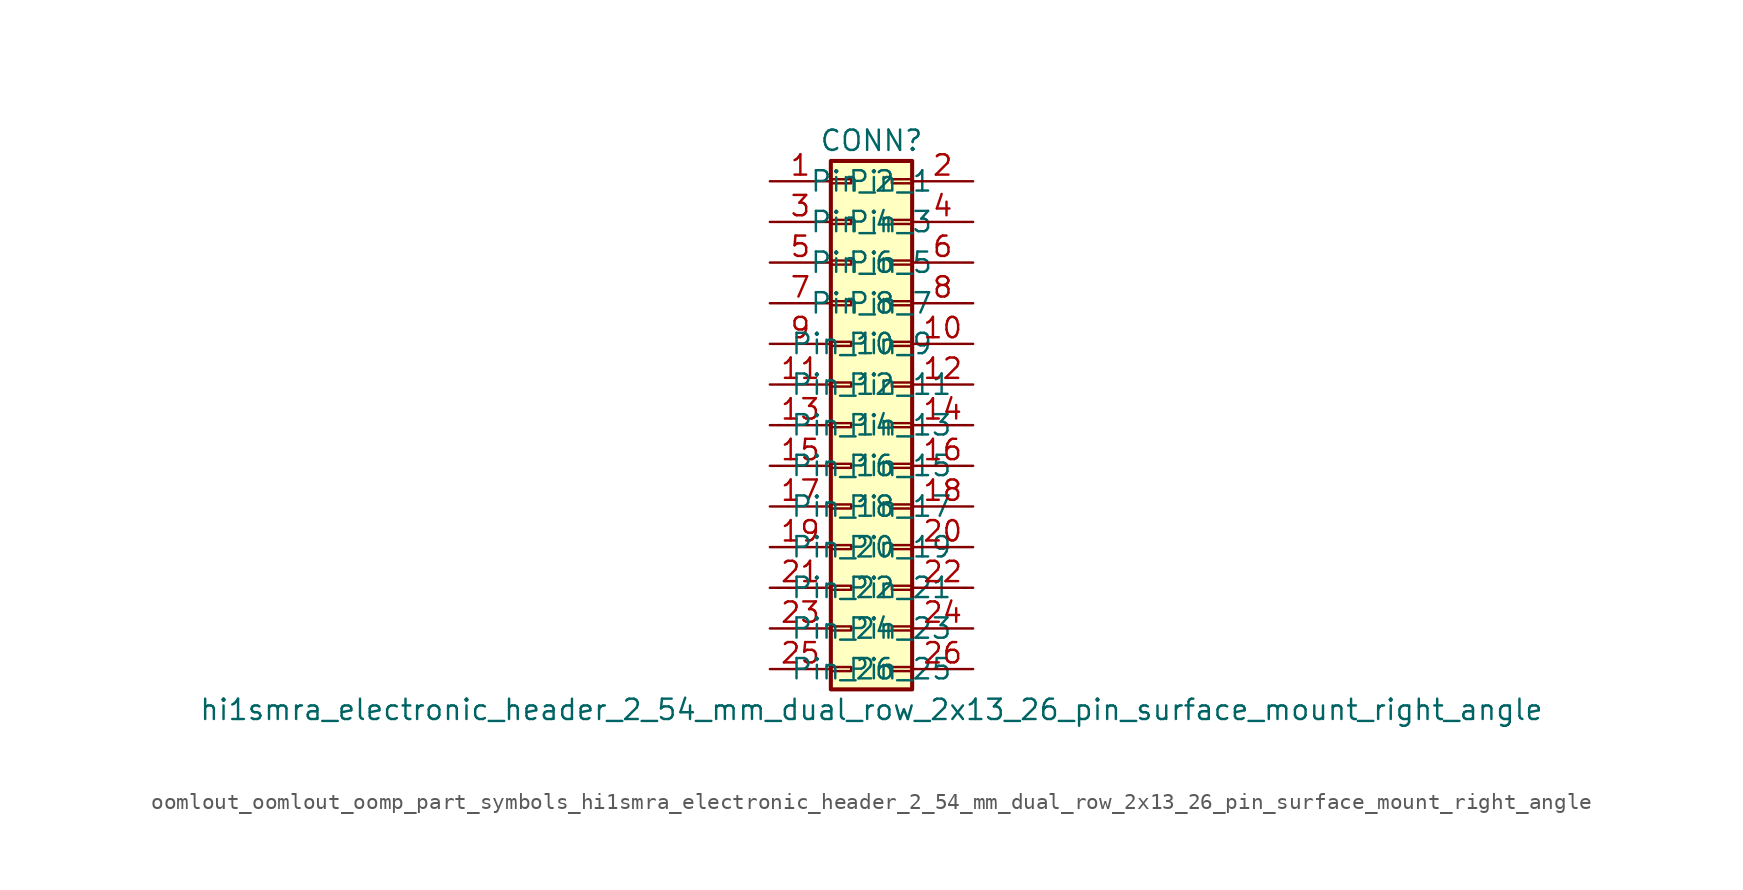
<source format=kicad_sym>
(kicad_symbol_lib
  (version 20220914)
  (generator kicad_symbol_editor)
  (symbol "oomlout_oomlout_oomp_part_symbols_hi1smra_electronic_header_2_54_mm_dual_row_2x13_26_pin_surface_mount_right_angle"
    (pin_names
      (offset 1.016))
    (property "Reference" "CONN"
      (at 1.27 17.78 0)
      (effects (font (size 1.27 1.27))))
    (property "Value" "hi1smra_electronic_header_2_54_mm_dual_row_2x13_26_pin_surface_mount_right_angle"
      (at 1.27 -17.78 0)
      (effects (font (size 1.27 1.27))))
    (symbol "oomlout_oomlout_oomp_part_symbols_hi1smra_electronic_header_2_54_mm_dual_row_2x13_26_pin_surface_mount_right_angle_1_1"
      (rectangle (start -1.27 -15.113) (end 0 -15.367) (stroke (width 0.152) (type default)) (fill (type none)))
      (rectangle (start -1.27 -12.573) (end 0 -12.827) (stroke (width 0.152) (type default)) (fill (type none)))
      (rectangle (start -1.27 -10.033) (end 0 -10.287) (stroke (width 0.152) (type default)) (fill (type none)))
      (rectangle (start -1.27 -7.493) (end 0 -7.747) (stroke (width 0.152) (type default)) (fill (type none)))
      (rectangle (start -1.27 -4.953) (end 0 -5.207) (stroke (width 0.152) (type default)) (fill (type none)))
      (rectangle (start -1.27 -2.413) (end 0 -2.667) (stroke (width 0.152) (type default)) (fill (type none)))
      (rectangle (start -1.27 0.127) (end 0 -0.127) (stroke (width 0.152) (type default)) (fill (type none)))
      (rectangle (start -1.27 2.667) (end 0 2.413) (stroke (width 0.152) (type default)) (fill (type none)))
      (rectangle (start -1.27 5.207) (end 0 4.953) (stroke (width 0.152) (type default)) (fill (type none)))
      (rectangle (start -1.27 7.747) (end 0 7.493) (stroke (width 0.152) (type default)) (fill (type none)))
      (rectangle (start -1.27 10.287) (end 0 10.033) (stroke (width 0.152) (type default)) (fill (type none)))
      (rectangle (start -1.27 12.827) (end 0 12.573) (stroke (width 0.152) (type default)) (fill (type none)))
      (rectangle (start -1.27 15.367) (end 0 15.113) (stroke (width 0.152) (type default)) (fill (type none)))
      (rectangle (start -1.27 16.51) (end 3.81 -16.51) (stroke (width 0.254) (type default)) (fill (type background)))
      (rectangle (start 3.81 -15.113) (end 2.54 -15.367) (stroke (width 0.152) (type default)) (fill (type none)))
      (rectangle (start 3.81 -12.573) (end 2.54 -12.827) (stroke (width 0.152) (type default)) (fill (type none)))
      (rectangle (start 3.81 -10.033) (end 2.54 -10.287) (stroke (width 0.152) (type default)) (fill (type none)))
      (rectangle (start 3.81 -7.493) (end 2.54 -7.747) (stroke (width 0.152) (type default)) (fill (type none)))
      (rectangle (start 3.81 -4.953) (end 2.54 -5.207) (stroke (width 0.152) (type default)) (fill (type none)))
      (rectangle (start 3.81 -2.413) (end 2.54 -2.667) (stroke (width 0.152) (type default)) (fill (type none)))
      (rectangle (start 3.81 0.127) (end 2.54 -0.127) (stroke (width 0.152) (type default)) (fill (type none)))
      (rectangle (start 3.81 2.667) (end 2.54 2.413) (stroke (width 0.152) (type default)) (fill (type none)))
      (rectangle (start 3.81 5.207) (end 2.54 4.953) (stroke (width 0.152) (type default)) (fill (type none)))
      (rectangle (start 3.81 7.747) (end 2.54 7.493) (stroke (width 0.152) (type default)) (fill (type none)))
      (rectangle (start 3.81 10.287) (end 2.54 10.033) (stroke (width 0.152) (type default)) (fill (type none)))
      (rectangle (start 3.81 12.827) (end 2.54 12.573) (stroke (width 0.152) (type default)) (fill (type none)))
      (rectangle (start 3.81 15.367) (end 2.54 15.113) (stroke (width 0.152) (type default)) (fill (type none)))
      (pin passive line (at -5.08 15.24 0) (length 3.81) (name "Pin_1" (effects (font (size 1.27 1.27)))) (number "1" (effects (font (size 1.27 1.27)))))
      (pin passive line (at 7.62 5.08 180) (length 3.81) (name "Pin_10" (effects (font (size 1.27 1.27)))) (number "10" (effects (font (size 1.27 1.27)))))
      (pin passive line (at -5.08 2.54 0) (length 3.81) (name "Pin_11" (effects (font (size 1.27 1.27)))) (number "11" (effects (font (size 1.27 1.27)))))
      (pin passive line (at 7.62 2.54 180) (length 3.81) (name "Pin_12" (effects (font (size 1.27 1.27)))) (number "12" (effects (font (size 1.27 1.27)))))
      (pin passive line (at -5.08 0 0) (length 3.81) (name "Pin_13" (effects (font (size 1.27 1.27)))) (number "13" (effects (font (size 1.27 1.27)))))
      (pin passive line (at 7.62 0 180) (length 3.81) (name "Pin_14" (effects (font (size 1.27 1.27)))) (number "14" (effects (font (size 1.27 1.27)))))
      (pin passive line (at -5.08 -2.54 0) (length 3.81) (name "Pin_15" (effects (font (size 1.27 1.27)))) (number "15" (effects (font (size 1.27 1.27)))))
      (pin passive line (at 7.62 -2.54 180) (length 3.81) (name "Pin_16" (effects (font (size 1.27 1.27)))) (number "16" (effects (font (size 1.27 1.27)))))
      (pin passive line (at -5.08 -5.08 0) (length 3.81) (name "Pin_17" (effects (font (size 1.27 1.27)))) (number "17" (effects (font (size 1.27 1.27)))))
      (pin passive line (at 7.62 -5.08 180) (length 3.81) (name "Pin_18" (effects (font (size 1.27 1.27)))) (number "18" (effects (font (size 1.27 1.27)))))
      (pin passive line (at -5.08 -7.62 0) (length 3.81) (name "Pin_19" (effects (font (size 1.27 1.27)))) (number "19" (effects (font (size 1.27 1.27)))))
      (pin passive line (at 7.62 15.24 180) (length 3.81) (name "Pin_2" (effects (font (size 1.27 1.27)))) (number "2" (effects (font (size 1.27 1.27)))))
      (pin passive line (at 7.62 -7.62 180) (length 3.81) (name "Pin_20" (effects (font (size 1.27 1.27)))) (number "20" (effects (font (size 1.27 1.27)))))
      (pin passive line (at -5.08 -10.16 0) (length 3.81) (name "Pin_21" (effects (font (size 1.27 1.27)))) (number "21" (effects (font (size 1.27 1.27)))))
      (pin passive line (at 7.62 -10.16 180) (length 3.81) (name "Pin_22" (effects (font (size 1.27 1.27)))) (number "22" (effects (font (size 1.27 1.27)))))
      (pin passive line (at -5.08 -12.7 0) (length 3.81) (name "Pin_23" (effects (font (size 1.27 1.27)))) (number "23" (effects (font (size 1.27 1.27)))))
      (pin passive line (at 7.62 -12.7 180) (length 3.81) (name "Pin_24" (effects (font (size 1.27 1.27)))) (number "24" (effects (font (size 1.27 1.27)))))
      (pin passive line (at -5.08 -15.24 0) (length 3.81) (name "Pin_25" (effects (font (size 1.27 1.27)))) (number "25" (effects (font (size 1.27 1.27)))))
      (pin passive line (at 7.62 -15.24 180) (length 3.81) (name "Pin_26" (effects (font (size 1.27 1.27)))) (number "26" (effects (font (size 1.27 1.27)))))
      (pin passive line (at -5.08 12.7 0) (length 3.81) (name "Pin_3" (effects (font (size 1.27 1.27)))) (number "3" (effects (font (size 1.27 1.27)))))
      (pin passive line (at 7.62 12.7 180) (length 3.81) (name "Pin_4" (effects (font (size 1.27 1.27)))) (number "4" (effects (font (size 1.27 1.27)))))
      (pin passive line (at -5.08 10.16 0) (length 3.81) (name "Pin_5" (effects (font (size 1.27 1.27)))) (number "5" (effects (font (size 1.27 1.27)))))
      (pin passive line (at 7.62 10.16 180) (length 3.81) (name "Pin_6" (effects (font (size 1.27 1.27)))) (number "6" (effects (font (size 1.27 1.27)))))
      (pin passive line (at -5.08 7.62 0) (length 3.81) (name "Pin_7" (effects (font (size 1.27 1.27)))) (number "7" (effects (font (size 1.27 1.27)))))
      (pin passive line (at 7.62 7.62 180) (length 3.81) (name "Pin_8" (effects (font (size 1.27 1.27)))) (number "8" (effects (font (size 1.27 1.27)))))
      (pin passive line (at -5.08 5.08 0) (length 3.81) (name "Pin_9" (effects (font (size 1.27 1.27)))) (number "9" (effects (font (size 1.27 1.27))))))))
</source>
